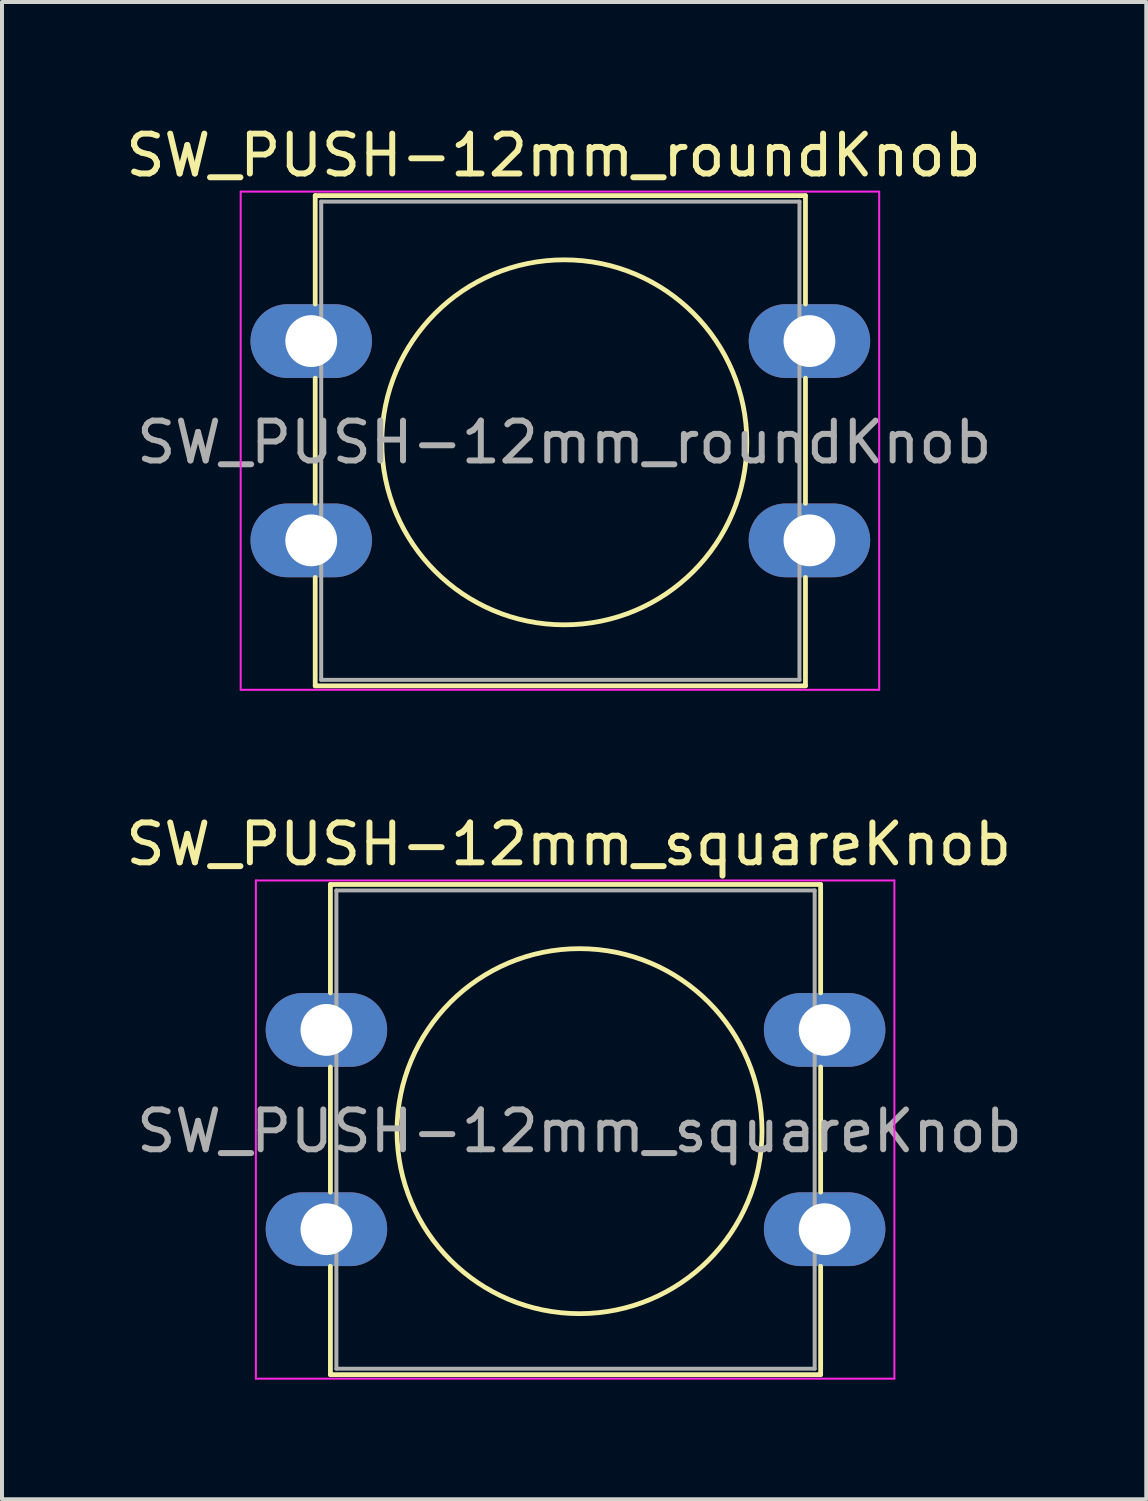
<source format=kicad_pcb>
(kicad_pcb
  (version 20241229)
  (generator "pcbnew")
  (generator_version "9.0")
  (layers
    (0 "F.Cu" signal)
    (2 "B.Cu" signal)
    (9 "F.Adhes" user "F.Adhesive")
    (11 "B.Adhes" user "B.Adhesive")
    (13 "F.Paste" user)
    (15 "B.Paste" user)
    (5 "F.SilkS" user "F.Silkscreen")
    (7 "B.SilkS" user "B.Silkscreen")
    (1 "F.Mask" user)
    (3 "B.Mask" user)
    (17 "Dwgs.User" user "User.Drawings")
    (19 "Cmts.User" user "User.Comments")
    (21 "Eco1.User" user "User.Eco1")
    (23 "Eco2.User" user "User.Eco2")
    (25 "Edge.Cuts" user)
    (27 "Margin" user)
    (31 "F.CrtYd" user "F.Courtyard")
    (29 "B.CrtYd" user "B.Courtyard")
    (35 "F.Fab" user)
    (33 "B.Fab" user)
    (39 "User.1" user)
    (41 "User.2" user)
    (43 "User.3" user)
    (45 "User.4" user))
  (footprint "SW_PUSH-12mm_squareKnob"
    (layer "F.Cu")
    (at 5.14 22.791)
    (property "Reference" "SW_PUSH-12mm_squareKnob" (at 6.08 -4.66 0) (layer "F.SilkS") (effects (font (size 1 1) (thickness 0.15))))
    (attr through_hole)
    (fp_line (start 0.1 -3.65) (end 12.4 -3.65) (stroke (width 0.12) (type solid)) (layer "F.SilkS"))
    (fp_line (start 0.1 -0.93) (end 0.1 -3.65) (stroke (width 0.12) (type solid)) (layer "F.SilkS"))
    (fp_line (start 0.1 4.07) (end 0.1 0.93) (stroke (width 0.12) (type solid)) (layer "F.SilkS"))
    (fp_line (start 0.1 8.65) (end 0.1 5.93) (stroke (width 0.12) (type solid)) (layer "F.SilkS"))
    (fp_line (start 12.4 -3.65) (end 12.4 -0.93) (stroke (width 0.12) (type solid)) (layer "F.SilkS"))
    (fp_line (start 12.4 0.93) (end 12.4 4.07) (stroke (width 0.12) (type solid)) (layer "F.SilkS"))
    (fp_line (start 12.4 5.93) (end 12.4 8.65) (stroke (width 0.12) (type solid)) (layer "F.SilkS"))
    (fp_line (start 12.4 8.65) (end 0.1 8.65) (stroke (width 0.12) (type solid)) (layer "F.SilkS"))
    (fp_circle (center 6.35 2.54) (end 10.16 5.08) (stroke (width 0.12) (type solid)) (fill no) (layer "F.SilkS"))
    (fp_line (start -1.77 -3.75) (end -1.77 8.75) (stroke (width 0.05) (type solid)) (layer "F.CrtYd"))
    (fp_line (start -1.77 -3.75) (end 14.25 -3.75) (stroke (width 0.05) (type solid)) (layer "F.CrtYd"))
    (fp_line (start 14.25 8.75) (end -1.77 8.75) (stroke (width 0.05) (type solid)) (layer "F.CrtYd"))
    (fp_line (start 14.25 8.75) (end 14.25 -3.75) (stroke (width 0.05) (type solid)) (layer "F.CrtYd"))
    (fp_line (start 0.25 -3.5) (end 0.25 8.5) (stroke (width 0.1) (type solid)) (layer "F.Fab"))
    (fp_line (start 0.25 -3.5) (end 12.25 -3.5) (stroke (width 0.1) (type solid)) (layer "F.Fab"))
    (fp_line (start 0.25 8.5) (end 12.25 8.5) (stroke (width 0.1) (type solid)) (layer "F.Fab"))
    (fp_line (start 12.25 -3.5) (end 12.25 8.5) (stroke (width 0.1) (type solid)) (layer "F.Fab"))
    (fp_text user "${REFERENCE}" (at 6.35 2.54 0) (layer "F.Fab") (effects (font (size 1 1) (thickness 0.15))))
    (pad "1" thru_hole oval (at 0 0) (size 3.048 1.85) (drill 1.3) (layers "*.Cu" "*.Mask"))
    (pad "1" thru_hole oval (at 12.5 0) (size 3.048 1.85) (drill 1.3) (layers "*.Cu" "*.Mask"))
    (pad "2" thru_hole oval (at 0 5) (size 3.048 1.85) (drill 1.3) (layers "*.Cu" "*.Mask"))
    (pad "2" thru_hole oval (at 12.5 5) (size 3.048 1.85) (drill 1.3) (layers "*.Cu" "*.Mask")))
  (footprint "SW_PUSH-12mm_roundKnob"
    (layer "F.Cu")
    (at 4.759 5.508)
    (property "Reference" "SW_PUSH-12mm_roundKnob" (at 6.08 -4.66 0) (layer "F.SilkS") (effects (font (size 1 1) (thickness 0.15))))
    (attr through_hole)
    (fp_line (start 0.1 -3.65) (end 12.4 -3.65) (stroke (width 0.12) (type solid)) (layer "F.SilkS"))
    (fp_line (start 0.1 -0.93) (end 0.1 -3.65) (stroke (width 0.12) (type solid)) (layer "F.SilkS"))
    (fp_line (start 0.1 4.07) (end 0.1 0.93) (stroke (width 0.12) (type solid)) (layer "F.SilkS"))
    (fp_line (start 0.1 8.65) (end 0.1 5.93) (stroke (width 0.12) (type solid)) (layer "F.SilkS"))
    (fp_line (start 12.4 -3.65) (end 12.4 -0.93) (stroke (width 0.12) (type solid)) (layer "F.SilkS"))
    (fp_line (start 12.4 0.93) (end 12.4 4.07) (stroke (width 0.12) (type solid)) (layer "F.SilkS"))
    (fp_line (start 12.4 5.93) (end 12.4 8.65) (stroke (width 0.12) (type solid)) (layer "F.SilkS"))
    (fp_line (start 12.4 8.65) (end 0.1 8.65) (stroke (width 0.12) (type solid)) (layer "F.SilkS"))
    (fp_circle (center 6.35 2.54) (end 10.16 5.08) (stroke (width 0.12) (type solid)) (fill no) (layer "F.SilkS"))
    (fp_line (start -1.77 -3.75) (end -1.77 8.75) (stroke (width 0.05) (type solid)) (layer "F.CrtYd"))
    (fp_line (start -1.77 -3.75) (end 14.25 -3.75) (stroke (width 0.05) (type solid)) (layer "F.CrtYd"))
    (fp_line (start 14.25 8.75) (end -1.77 8.75) (stroke (width 0.05) (type solid)) (layer "F.CrtYd"))
    (fp_line (start 14.25 8.75) (end 14.25 -3.75) (stroke (width 0.05) (type solid)) (layer "F.CrtYd"))
    (fp_line (start 0.25 -3.5) (end 0.25 8.5) (stroke (width 0.1) (type solid)) (layer "F.Fab"))
    (fp_line (start 0.25 -3.5) (end 12.25 -3.5) (stroke (width 0.1) (type solid)) (layer "F.Fab"))
    (fp_line (start 0.25 8.5) (end 12.25 8.5) (stroke (width 0.1) (type solid)) (layer "F.Fab"))
    (fp_line (start 12.25 -3.5) (end 12.25 8.5) (stroke (width 0.1) (type solid)) (layer "F.Fab"))
    (fp_text user "${REFERENCE}" (at 6.35 2.54 0) (layer "F.Fab") (effects (font (size 1 1) (thickness 0.15))))
    (pad "1" thru_hole oval (at 0 0) (size 3.048 1.85) (drill 1.3) (layers "*.Cu" "*.Mask"))
    (pad "1" thru_hole oval (at 12.5 0) (size 3.048 1.85) (drill 1.3) (layers "*.Cu" "*.Mask"))
    (pad "2" thru_hole oval (at 0 5) (size 3.048 1.85) (drill 1.3) (layers "*.Cu" "*.Mask"))
    (pad "2" thru_hole oval (at 12.5 5) (size 3.048 1.85) (drill 1.3) (layers "*.Cu" "*.Mask")))
  (gr_rect
    (start -3 -3)
    (end 25.71 34.566)
    (stroke (width 0.1) (type default))
    (fill no)
    (layer "Edge.Cuts")))
</source>
